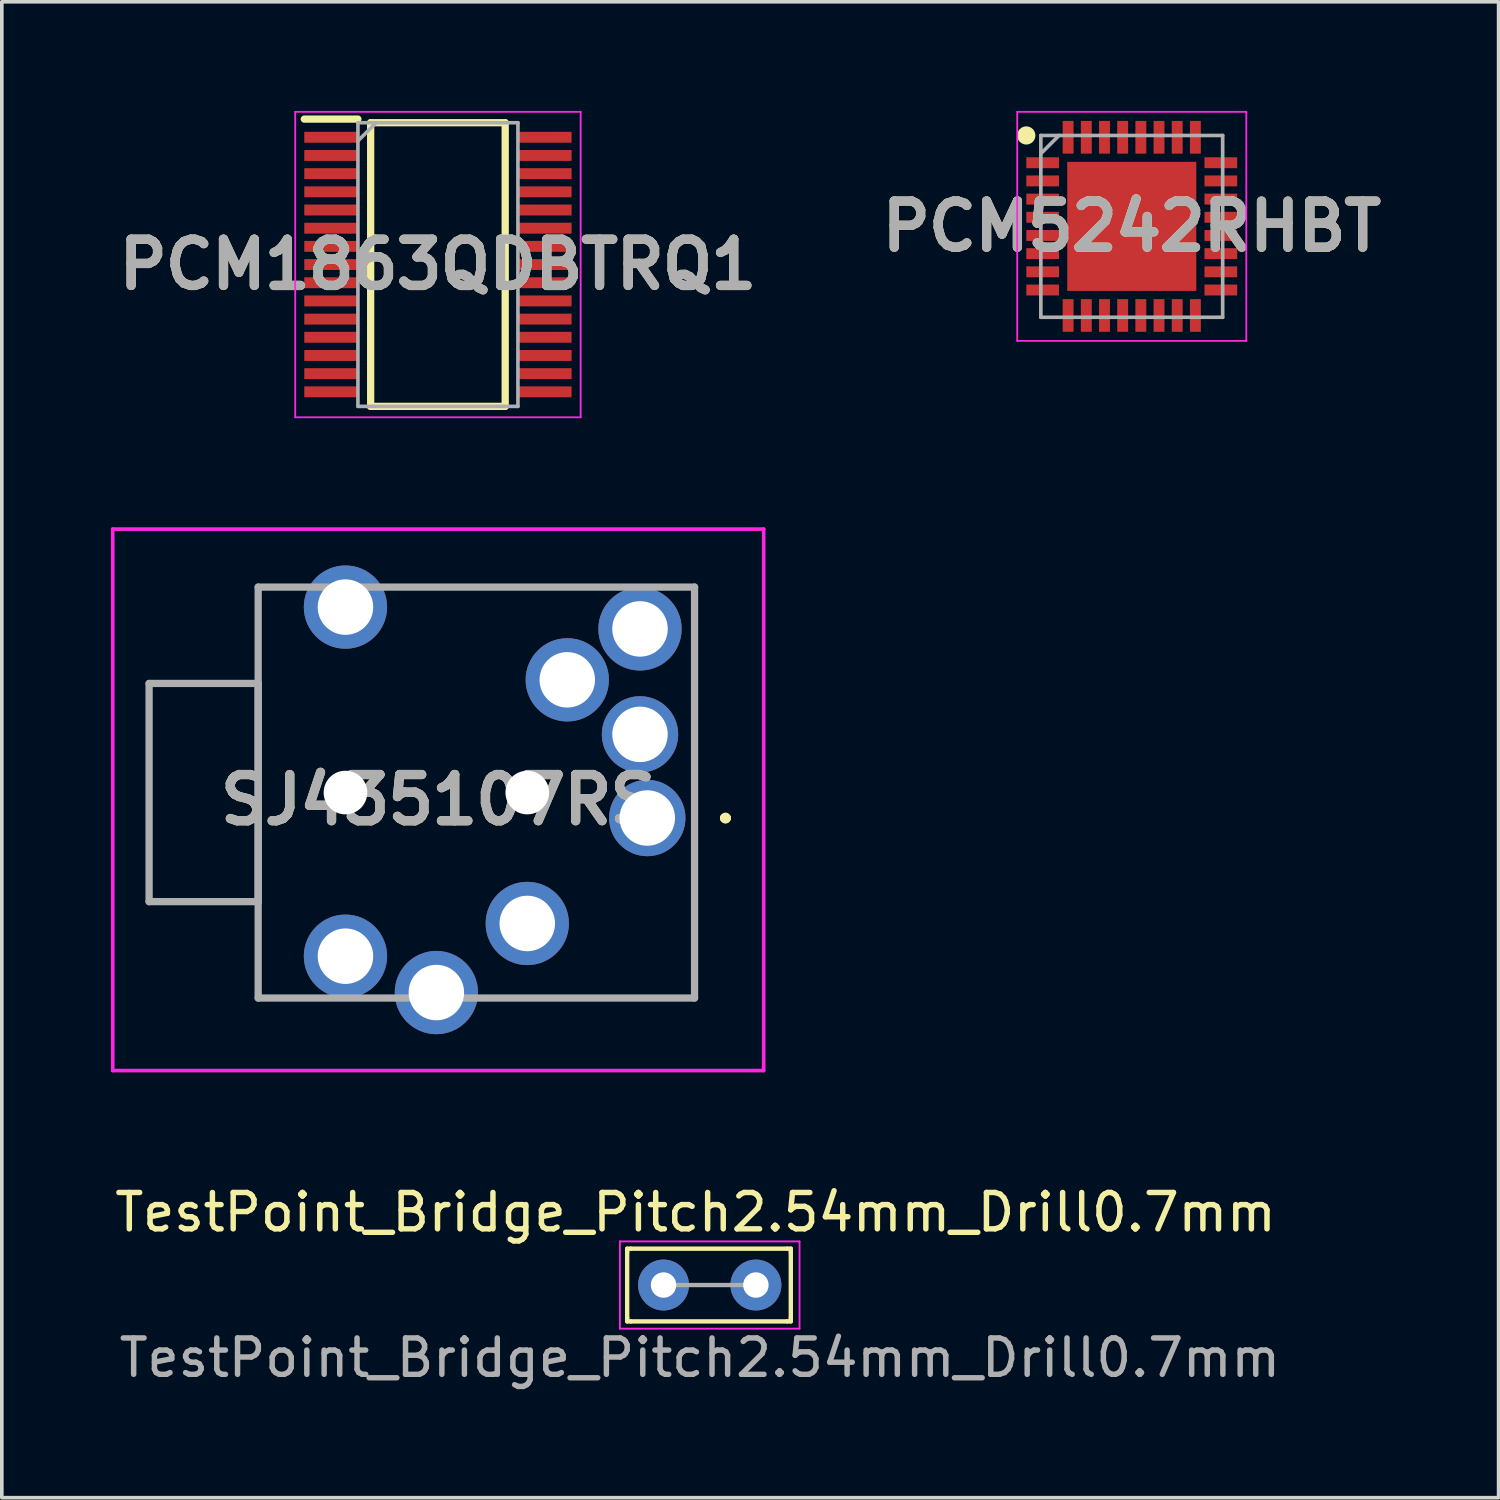
<source format=kicad_pcb>
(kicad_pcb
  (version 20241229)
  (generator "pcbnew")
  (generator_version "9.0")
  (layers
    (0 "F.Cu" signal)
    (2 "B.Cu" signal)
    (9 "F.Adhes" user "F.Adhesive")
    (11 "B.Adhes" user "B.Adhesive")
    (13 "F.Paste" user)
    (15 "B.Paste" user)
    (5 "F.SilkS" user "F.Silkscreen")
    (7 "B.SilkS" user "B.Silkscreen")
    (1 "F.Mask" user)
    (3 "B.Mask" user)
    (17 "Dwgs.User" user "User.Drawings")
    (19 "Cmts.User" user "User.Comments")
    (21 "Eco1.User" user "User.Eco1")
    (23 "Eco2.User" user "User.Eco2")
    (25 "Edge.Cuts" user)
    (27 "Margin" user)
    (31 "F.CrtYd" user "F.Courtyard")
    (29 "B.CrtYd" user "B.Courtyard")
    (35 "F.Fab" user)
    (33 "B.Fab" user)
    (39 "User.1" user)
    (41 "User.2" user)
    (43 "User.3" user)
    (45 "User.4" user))
  (footprint "PCM5242RHBT"
    (layer "F.Cu")
    (at 28.073 3.175)
    (property "Reference" "PCM5242RHBT" (at 0 0 0) (layer "F.SilkS") (effects (font (size 1.27 1.27) (thickness 0.254))))
    (attr smd)
    (fp_circle (center -2.9 -2.5) (end -2.9 -2.375) (stroke (width 0.25) (type solid)) (fill no) (layer "F.SilkS"))
    (fp_line (start -3.15 -3.15) (end 3.15 -3.15) (stroke (width 0.05) (type solid)) (layer "F.CrtYd"))
    (fp_line (start -3.15 3.15) (end -3.15 -3.15) (stroke (width 0.05) (type solid)) (layer "F.CrtYd"))
    (fp_line (start 3.15 -3.15) (end 3.15 3.15) (stroke (width 0.05) (type solid)) (layer "F.CrtYd"))
    (fp_line (start 3.15 3.15) (end -3.15 3.15) (stroke (width 0.05) (type solid)) (layer "F.CrtYd"))
    (fp_line (start -2.5 -2.5) (end 2.5 -2.5) (stroke (width 0.1) (type solid)) (layer "F.Fab"))
    (fp_line (start -2.5 -2) (end -2 -2.5) (stroke (width 0.1) (type solid)) (layer "F.Fab"))
    (fp_line (start -2.5 2.5) (end -2.5 -2.5) (stroke (width 0.1) (type solid)) (layer "F.Fab"))
    (fp_line (start 2.5 -2.5) (end 2.5 2.5) (stroke (width 0.1) (type solid)) (layer "F.Fab"))
    (fp_line (start 2.5 2.5) (end -2.5 2.5) (stroke (width 0.1) (type solid)) (layer "F.Fab"))
    (fp_text user "${REFERENCE}" (at 0 0 0) (layer "F.Fab") (effects (font (size 1.27 1.27) (thickness 0.254))))
    (pad "1" smd rect (at -2.45 -1.75 90) (size 0.3 0.9) (layers "F.Cu" "F.Mask" "F.Paste"))
    (pad "2" smd rect (at -2.45 -1.25 90) (size 0.3 0.9) (layers "F.Cu" "F.Mask" "F.Paste"))
    (pad "3" smd rect (at -2.45 -0.75 90) (size 0.3 0.9) (layers "F.Cu" "F.Mask" "F.Paste"))
    (pad "4" smd rect (at -2.45 -0.25 90) (size 0.3 0.9) (layers "F.Cu" "F.Mask" "F.Paste"))
    (pad "5" smd rect (at -2.45 0.25 90) (size 0.3 0.9) (layers "F.Cu" "F.Mask" "F.Paste"))
    (pad "6" smd rect (at -2.45 0.75 90) (size 0.3 0.9) (layers "F.Cu" "F.Mask" "F.Paste"))
    (pad "7" smd rect (at -2.45 1.25 90) (size 0.3 0.9) (layers "F.Cu" "F.Mask" "F.Paste"))
    (pad "8" smd rect (at -2.45 1.75 90) (size 0.3 0.9) (layers "F.Cu" "F.Mask" "F.Paste"))
    (pad "9" smd rect (at -1.75 2.45) (size 0.3 0.9) (layers "F.Cu" "F.Mask" "F.Paste"))
    (pad "10" smd rect (at -1.25 2.45) (size 0.3 0.9) (layers "F.Cu" "F.Mask" "F.Paste"))
    (pad "11" smd rect (at -0.75 2.45) (size 0.3 0.9) (layers "F.Cu" "F.Mask" "F.Paste"))
    (pad "12" smd rect (at -0.25 2.45) (size 0.3 0.9) (layers "F.Cu" "F.Mask" "F.Paste"))
    (pad "13" smd rect (at 0.25 2.45) (size 0.3 0.9) (layers "F.Cu" "F.Mask" "F.Paste"))
    (pad "14" smd rect (at 0.75 2.45) (size 0.3 0.9) (layers "F.Cu" "F.Mask" "F.Paste"))
    (pad "15" smd rect (at 1.25 2.45) (size 0.3 0.9) (layers "F.Cu" "F.Mask" "F.Paste"))
    (pad "16" smd rect (at 1.75 2.45) (size 0.3 0.9) (layers "F.Cu" "F.Mask" "F.Paste"))
    (pad "17" smd rect (at 2.45 1.75 90) (size 0.3 0.9) (layers "F.Cu" "F.Mask" "F.Paste"))
    (pad "18" smd rect (at 2.45 1.25 90) (size 0.3 0.9) (layers "F.Cu" "F.Mask" "F.Paste"))
    (pad "19" smd rect (at 2.45 0.75 90) (size 0.3 0.9) (layers "F.Cu" "F.Mask" "F.Paste"))
    (pad "20" smd rect (at 2.45 0.25 90) (size 0.3 0.9) (layers "F.Cu" "F.Mask" "F.Paste"))
    (pad "21" smd rect (at 2.45 -0.25 90) (size 0.3 0.9) (layers "F.Cu" "F.Mask" "F.Paste"))
    (pad "22" smd rect (at 2.45 -0.75 90) (size 0.3 0.9) (layers "F.Cu" "F.Mask" "F.Paste"))
    (pad "23" smd rect (at 2.45 -1.25 90) (size 0.3 0.9) (layers "F.Cu" "F.Mask" "F.Paste"))
    (pad "24" smd rect (at 2.45 -1.75 90) (size 0.3 0.9) (layers "F.Cu" "F.Mask" "F.Paste"))
    (pad "25" smd rect (at 1.75 -2.45) (size 0.3 0.9) (layers "F.Cu" "F.Mask" "F.Paste"))
    (pad "26" smd rect (at 1.25 -2.45) (size 0.3 0.9) (layers "F.Cu" "F.Mask" "F.Paste"))
    (pad "27" smd rect (at 0.75 -2.45) (size 0.3 0.9) (layers "F.Cu" "F.Mask" "F.Paste"))
    (pad "28" smd rect (at 0.25 -2.45) (size 0.3 0.9) (layers "F.Cu" "F.Mask" "F.Paste"))
    (pad "29" smd rect (at -0.25 -2.45) (size 0.3 0.9) (layers "F.Cu" "F.Mask" "F.Paste"))
    (pad "30" smd rect (at -0.75 -2.45) (size 0.3 0.9) (layers "F.Cu" "F.Mask" "F.Paste"))
    (pad "31" smd rect (at -1.25 -2.45) (size 0.3 0.9) (layers "F.Cu" "F.Mask" "F.Paste"))
    (pad "32" smd rect (at -1.75 -2.45) (size 0.3 0.9) (layers "F.Cu" "F.Mask" "F.Paste"))
    (pad "33" smd rect (at 0 0) (size 3.55 3.55) (layers "F.Cu" "F.Mask" "F.Paste")))
  (footprint "SJ435107RS"
    (layer "F.Cu")
    (at 14.75 19.445)
    (property "Reference" "SJ435107RS" (at -5.75 -0.5 0) (layer "F.SilkS") (effects (font (size 1.27 1.27) (thickness 0.254))))
    (attr through_hole)
    (fp_line (start -13.7 -3.7) (end -10.7 -3.7) (stroke (width 0.1) (type solid)) (layer "F.SilkS"))
    (fp_line (start -13.7 2.3) (end -13.7 -3.7) (stroke (width 0.1) (type solid)) (layer "F.SilkS"))
    (fp_line (start -10.7 -6.35) (end -10.7 -6.35) (stroke (width 0.1) (type solid)) (layer "F.SilkS"))
    (fp_line (start -10.7 -6.35) (end -10.7 -6.35) (stroke (width 0.1) (type solid)) (layer "F.SilkS"))
    (fp_line (start -10.7 -6.35) (end -10.7 -3.7) (stroke (width 0.1) (type solid)) (layer "F.SilkS"))
    (fp_line (start -10.7 -6.35) (end -9.95 -6.35) (stroke (width 0.1) (type solid)) (layer "F.SilkS"))
    (fp_line (start -10.7 -3.7) (end -10.7 -6.35) (stroke (width 0.1) (type solid)) (layer "F.SilkS"))
    (fp_line (start -10.7 -3.7) (end -10.7 -3.7) (stroke (width 0.1) (type solid)) (layer "F.SilkS"))
    (fp_line (start -10.7 -3.7) (end -10.7 2.3) (stroke (width 0.1) (type solid)) (layer "F.SilkS"))
    (fp_line (start -10.7 2.3) (end -13.7 2.3) (stroke (width 0.1) (type solid)) (layer "F.SilkS"))
    (fp_line (start -10.7 2.3) (end -10.7 2.3) (stroke (width 0.1) (type solid)) (layer "F.SilkS"))
    (fp_line (start -10.7 2.3) (end -10.7 4.95) (stroke (width 0.1) (type solid)) (layer "F.SilkS"))
    (fp_line (start -10.7 4.95) (end -10.7 2.3) (stroke (width 0.1) (type solid)) (layer "F.SilkS"))
    (fp_line (start -10.7 4.95) (end -10.7 4.95) (stroke (width 0.1) (type solid)) (layer "F.SilkS"))
    (fp_line (start -10.7 4.95) (end -10.7 4.95) (stroke (width 0.1) (type solid)) (layer "F.SilkS"))
    (fp_line (start -10.7 4.95) (end -9.95 4.95) (stroke (width 0.1) (type solid)) (layer "F.SilkS"))
    (fp_line (start -9.95 -6.35) (end -10.7 -6.35) (stroke (width 0.1) (type solid)) (layer "F.SilkS"))
    (fp_line (start -9.95 -6.35) (end -9.95 -6.35) (stroke (width 0.1) (type solid)) (layer "F.SilkS"))
    (fp_line (start -9.95 4.95) (end -10.7 4.95) (stroke (width 0.1) (type solid)) (layer "F.SilkS"))
    (fp_line (start -9.95 4.95) (end -9.95 4.95) (stroke (width 0.1) (type solid)) (layer "F.SilkS"))
    (fp_line (start -6.7 -6.35) (end -6.7 -6.35) (stroke (width 0.1) (type solid)) (layer "F.SilkS"))
    (fp_line (start -6.7 -6.35) (end -1.95 -6.35) (stroke (width 0.1) (type solid)) (layer "F.SilkS"))
    (fp_line (start -3.95 4.95) (end -3.95 4.95) (stroke (width 0.1) (type solid)) (layer "F.SilkS"))
    (fp_line (start -3.95 4.95) (end 1.3 4.95) (stroke (width 0.1) (type solid)) (layer "F.SilkS"))
    (fp_line (start -1.95 -6.35) (end -6.7 -6.35) (stroke (width 0.1) (type solid)) (layer "F.SilkS"))
    (fp_line (start -1.95 -6.35) (end -1.95 -6.35) (stroke (width 0.1) (type solid)) (layer "F.SilkS"))
    (fp_line (start 1.3 1.8) (end 1.3 1.8) (stroke (width 0.1) (type solid)) (layer "F.SilkS"))
    (fp_line (start 1.3 1.8) (end 1.3 4.95) (stroke (width 0.1) (type solid)) (layer "F.SilkS"))
    (fp_line (start 1.3 4.95) (end -3.95 4.95) (stroke (width 0.1) (type solid)) (layer "F.SilkS"))
    (fp_line (start 1.3 4.95) (end 1.3 1.8) (stroke (width 0.1) (type solid)) (layer "F.SilkS"))
    (fp_line (start 1.3 4.95) (end 1.3 4.95) (stroke (width 0.1) (type solid)) (layer "F.SilkS"))
    (fp_line (start 1.3 4.95) (end 1.3 4.95) (stroke (width 0.1) (type solid)) (layer "F.SilkS"))
    (fp_line (start 2.1 0) (end 2.1 0) (stroke (width 0.2) (type solid)) (layer "F.SilkS"))
    (fp_line (start 2.1 0) (end 2.1 0) (stroke (width 0.2) (type solid)) (layer "F.SilkS"))
    (fp_line (start 2.2 0) (end 2.2 0) (stroke (width 0.2) (type solid)) (layer "F.SilkS"))
    (fp_arc (start 2.1 0) (mid 2.15 -0.05) (end 2.2 0) (stroke (width 0.2) (type solid)) (layer "F.SilkS"))
    (fp_arc (start 2.2 0) (mid 2.15 0.05) (end 2.1 0) (stroke (width 0.2) (type solid)) (layer "F.SilkS"))
    (fp_arc (start 2.2 0) (mid 2.15 0.05) (end 2.1 0) (stroke (width 0.2) (type solid)) (layer "F.SilkS"))
    (fp_line (start -14.7 -7.945) (end 3.2 -7.945) (stroke (width 0.1) (type solid)) (layer "F.CrtYd"))
    (fp_line (start -14.7 6.945) (end -14.7 -7.945) (stroke (width 0.1) (type solid)) (layer "F.CrtYd"))
    (fp_line (start 3.2 -7.945) (end 3.2 6.945) (stroke (width 0.1) (type solid)) (layer "F.CrtYd"))
    (fp_line (start 3.2 6.945) (end -14.7 6.945) (stroke (width 0.1) (type solid)) (layer "F.CrtYd"))
    (fp_line (start -13.7 -3.7) (end -10.7 -3.7) (stroke (width 0.2) (type solid)) (layer "F.Fab"))
    (fp_line (start -13.7 2.3) (end -13.7 -3.7) (stroke (width 0.2) (type solid)) (layer "F.Fab"))
    (fp_line (start -10.7 -6.35) (end -10.7 4.95) (stroke (width 0.2) (type solid)) (layer "F.Fab"))
    (fp_line (start -10.7 -3.7) (end -10.7 2.3) (stroke (width 0.2) (type solid)) (layer "F.Fab"))
    (fp_line (start -10.7 2.3) (end -13.7 2.3) (stroke (width 0.2) (type solid)) (layer "F.Fab"))
    (fp_line (start -10.7 4.95) (end 1.3 4.95) (stroke (width 0.2) (type solid)) (layer "F.Fab"))
    (fp_line (start 1.3 -6.35) (end -10.7 -6.35) (stroke (width 0.2) (type solid)) (layer "F.Fab"))
    (fp_line (start 1.3 4.95) (end 1.3 -6.35) (stroke (width 0.2) (type solid)) (layer "F.Fab"))
    (fp_text user "${REFERENCE}" (at -5.75 -0.5 0) (layer "F.Fab") (effects (font (size 1.27 1.27) (thickness 0.254))))
    (pad "" np_thru_hole circle (at -8.3 -0.7) (size 1.2 1.2) (drill 1.2) (layers "*.Cu" "*.Mask"))
    (pad "" np_thru_hole circle (at -3.3 -0.7) (size 1.2 1.2) (drill 1.2) (layers "*.Cu" "*.Mask"))
    (pad "1" thru_hole circle (at 0 0) (size 2.1 2.1) (drill 1.526) (layers "*.Cu" "*.Mask"))
    (pad "2" thru_hole circle (at -3.3 2.9) (size 2.29 2.29) (drill 1.526) (layers "*.Cu" "*.Mask"))
    (pad "3" thru_hole circle (at -0.2 -2.3) (size 2.1 2.1) (drill 1.526) (layers "*.Cu" "*.Mask"))
    (pad "4" thru_hole circle (at -8.3 3.8) (size 2.29 2.29) (drill 1.526) (layers "*.Cu" "*.Mask"))
    (pad "5" thru_hole circle (at -2.2 -3.8) (size 2.29 2.29) (drill 1.526) (layers "*.Cu" "*.Mask"))
    (pad "6" thru_hole circle (at -0.2 -5.2) (size 2.29 2.29) (drill 1.526) (layers "*.Cu" "*.Mask"))
    (pad "MH1" thru_hole circle (at -5.8 4.8) (size 2.29 2.29) (drill 1.526) (layers "*.Cu" "*.Mask"))
    (pad "MH2" thru_hole circle (at -8.3 -5.8) (size 2.29 2.29) (drill 1.526) (layers "*.Cu" "*.Mask")))
  (footprint "PCM1863QDBTRQ1"
    (layer "F.Cu")
    (at 8.993 4.225)
    (property "Reference" "PCM1863QDBTRQ1" (at 0 0 0) (layer "F.SilkS") (effects (font (size 1.27 1.27) (thickness 0.254))))
    (attr smd)
    (fp_line (start -3.675 -4) (end -2.2 -4) (stroke (width 0.2) (type solid)) (layer "F.SilkS"))
    (fp_line (start -1.85 -3.9) (end 1.85 -3.9) (stroke (width 0.2) (type solid)) (layer "F.SilkS"))
    (fp_line (start -1.85 3.9) (end -1.85 -3.9) (stroke (width 0.2) (type solid)) (layer "F.SilkS"))
    (fp_line (start 1.85 -3.9) (end 1.85 3.9) (stroke (width 0.2) (type solid)) (layer "F.SilkS"))
    (fp_line (start 1.85 3.9) (end -1.85 3.9) (stroke (width 0.2) (type solid)) (layer "F.SilkS"))
    (fp_line (start -3.925 -4.2) (end 3.925 -4.2) (stroke (width 0.05) (type solid)) (layer "F.CrtYd"))
    (fp_line (start -3.925 4.2) (end -3.925 -4.2) (stroke (width 0.05) (type solid)) (layer "F.CrtYd"))
    (fp_line (start 3.925 -4.2) (end 3.925 4.2) (stroke (width 0.05) (type solid)) (layer "F.CrtYd"))
    (fp_line (start 3.925 4.2) (end -3.925 4.2) (stroke (width 0.05) (type solid)) (layer "F.CrtYd"))
    (fp_line (start -2.2 -3.9) (end 2.2 -3.9) (stroke (width 0.1) (type solid)) (layer "F.Fab"))
    (fp_line (start -2.2 -3.4) (end -1.7 -3.9) (stroke (width 0.1) (type solid)) (layer "F.Fab"))
    (fp_line (start -2.2 3.9) (end -2.2 -3.9) (stroke (width 0.1) (type solid)) (layer "F.Fab"))
    (fp_line (start 2.2 -3.9) (end 2.2 3.9) (stroke (width 0.1) (type solid)) (layer "F.Fab"))
    (fp_line (start 2.2 3.9) (end -2.2 3.9) (stroke (width 0.1) (type solid)) (layer "F.Fab"))
    (fp_text user "${REFERENCE}" (at 0 0 0) (layer "F.Fab") (effects (font (size 1.27 1.27) (thickness 0.254))))
    (pad "1" smd rect (at -2.938 -3.5 90) (size 0.3 1.475) (layers "F.Cu" "F.Mask" "F.Paste"))
    (pad "2" smd rect (at -2.938 -3 90) (size 0.3 1.475) (layers "F.Cu" "F.Mask" "F.Paste"))
    (pad "3" smd rect (at -2.938 -2.5 90) (size 0.3 1.475) (layers "F.Cu" "F.Mask" "F.Paste"))
    (pad "4" smd rect (at -2.938 -2 90) (size 0.3 1.475) (layers "F.Cu" "F.Mask" "F.Paste"))
    (pad "5" smd rect (at -2.938 -1.5 90) (size 0.3 1.475) (layers "F.Cu" "F.Mask" "F.Paste"))
    (pad "6" smd rect (at -2.938 -1 90) (size 0.3 1.475) (layers "F.Cu" "F.Mask" "F.Paste"))
    (pad "7" smd rect (at -2.938 -0.5 90) (size 0.3 1.475) (layers "F.Cu" "F.Mask" "F.Paste"))
    (pad "8" smd rect (at -2.938 0 90) (size 0.3 1.475) (layers "F.Cu" "F.Mask" "F.Paste"))
    (pad "9" smd rect (at -2.938 0.5 90) (size 0.3 1.475) (layers "F.Cu" "F.Mask" "F.Paste"))
    (pad "10" smd rect (at -2.938 1 90) (size 0.3 1.475) (layers "F.Cu" "F.Mask" "F.Paste"))
    (pad "11" smd rect (at -2.938 1.5 90) (size 0.3 1.475) (layers "F.Cu" "F.Mask" "F.Paste"))
    (pad "12" smd rect (at -2.938 2 90) (size 0.3 1.475) (layers "F.Cu" "F.Mask" "F.Paste"))
    (pad "13" smd rect (at -2.938 2.5 90) (size 0.3 1.475) (layers "F.Cu" "F.Mask" "F.Paste"))
    (pad "14" smd rect (at -2.938 3 90) (size 0.3 1.475) (layers "F.Cu" "F.Mask" "F.Paste"))
    (pad "15" smd rect (at -2.938 3.5 90) (size 0.3 1.475) (layers "F.Cu" "F.Mask" "F.Paste"))
    (pad "16" smd rect (at 2.938 3.5 90) (size 0.3 1.475) (layers "F.Cu" "F.Mask" "F.Paste"))
    (pad "17" smd rect (at 2.938 3 90) (size 0.3 1.475) (layers "F.Cu" "F.Mask" "F.Paste"))
    (pad "18" smd rect (at 2.938 2.5 90) (size 0.3 1.475) (layers "F.Cu" "F.Mask" "F.Paste"))
    (pad "19" smd rect (at 2.938 2 90) (size 0.3 1.475) (layers "F.Cu" "F.Mask" "F.Paste"))
    (pad "20" smd rect (at 2.938 1.5 90) (size 0.3 1.475) (layers "F.Cu" "F.Mask" "F.Paste"))
    (pad "21" smd rect (at 2.938 1 90) (size 0.3 1.475) (layers "F.Cu" "F.Mask" "F.Paste"))
    (pad "22" smd rect (at 2.938 0.5 90) (size 0.3 1.475) (layers "F.Cu" "F.Mask" "F.Paste"))
    (pad "23" smd rect (at 2.938 0 90) (size 0.3 1.475) (layers "F.Cu" "F.Mask" "F.Paste"))
    (pad "24" smd rect (at 2.938 -0.5 90) (size 0.3 1.475) (layers "F.Cu" "F.Mask" "F.Paste"))
    (pad "25" smd rect (at 2.938 -1 90) (size 0.3 1.475) (layers "F.Cu" "F.Mask" "F.Paste"))
    (pad "26" smd rect (at 2.938 -1.5 90) (size 0.3 1.475) (layers "F.Cu" "F.Mask" "F.Paste"))
    (pad "27" smd rect (at 2.938 -2 90) (size 0.3 1.475) (layers "F.Cu" "F.Mask" "F.Paste"))
    (pad "28" smd rect (at 2.938 -2.5 90) (size 0.3 1.475) (layers "F.Cu" "F.Mask" "F.Paste"))
    (pad "29" smd rect (at 2.938 -3 90) (size 0.3 1.475) (layers "F.Cu" "F.Mask" "F.Paste"))
    (pad "30" smd rect (at 2.938 -3.5 90) (size 0.3 1.475) (layers "F.Cu" "F.Mask" "F.Paste")))
  (footprint "TestPoint_Bridge_Pitch2.54mm_Drill0.7mm"
    (layer "F.Cu")
    (at 13.997 31.088)
    (property "Reference" "TestPoint_Bridge_Pitch2.54mm_Drill0.7mm" (at 2.08 -0.8 0) (unlocked yes) (layer "F.SilkS") (effects (font (size 1 1) (thickness 0.15))))
    (attr smd)
    (fp_line (start 0.2 0.2) (end 0.3 0.2) (stroke (width 0.12) (type solid)) (layer "F.SilkS"))
    (fp_line (start 0.2 0.3) (end 0.2 0.2) (stroke (width 0.12) (type solid)) (layer "F.SilkS"))
    (fp_line (start 0.2 0.3) (end 0.2 2.1) (stroke (width 0.12) (type solid)) (layer "F.SilkS"))
    (fp_line (start 0.2 2.2) (end 0.2 2.1) (stroke (width 0.12) (type solid)) (layer "F.SilkS"))
    (fp_line (start 0.3 0.2) (end 4.6 0.2) (stroke (width 0.12) (type solid)) (layer "F.SilkS"))
    (fp_line (start 0.3 2.2) (end 0.2 2.2) (stroke (width 0.12) (type solid)) (layer "F.SilkS"))
    (fp_line (start 4.6 0.2) (end 4.7 0.2) (stroke (width 0.12) (type solid)) (layer "F.SilkS"))
    (fp_line (start 4.6 2.2) (end 0.3 2.2) (stroke (width 0.12) (type solid)) (layer "F.SilkS"))
    (fp_line (start 4.7 0.2) (end 4.7 0.3) (stroke (width 0.12) (type solid)) (layer "F.SilkS"))
    (fp_line (start 4.7 2.1) (end 4.7 0.3) (stroke (width 0.12) (type solid)) (layer "F.SilkS"))
    (fp_line (start 4.7 2.1) (end 4.7 2.2) (stroke (width 0.12) (type solid)) (layer "F.SilkS"))
    (fp_line (start 4.7 2.2) (end 4.6 2.2) (stroke (width 0.12) (type solid)) (layer "F.SilkS"))
    (fp_line (start 0 0) (end 0 2.4) (stroke (width 0.05) (type solid)) (layer "F.CrtYd"))
    (fp_line (start 0 0) (end 4.94 0) (stroke (width 0.05) (type solid)) (layer "F.CrtYd"))
    (fp_line (start 4.94 2.4) (end 0 2.4) (stroke (width 0.05) (type solid)) (layer "F.CrtYd"))
    (fp_line (start 4.94 2.4) (end 4.94 0) (stroke (width 0.05) (type solid)) (layer "F.CrtYd"))
    (fp_line (start 3.74 1.2) (end 1.2 1.2) (stroke (width 0.12) (type solid)) (layer "F.Fab"))
    (fp_text user "${REFERENCE}" (at 2.2 3.2 0) (layer "F.Fab") (effects (font (size 1 1) (thickness 0.15))))
    (pad "1" thru_hole circle (at 1.2 1.2) (size 1.4 1.4) (drill 0.7) (layers "*.Cu" "*.Mask"))
    (pad "2" thru_hole circle (at 3.74 1.2) (size 1.4 1.4) (drill 0.7) (layers "*.Cu" "*.Mask")))
  (gr_rect
    (start -3 -3)
    (end 38.161 38.136)
    (stroke (width 0.1) (type default))
    (fill no)
    (layer "Edge.Cuts")))
</source>
